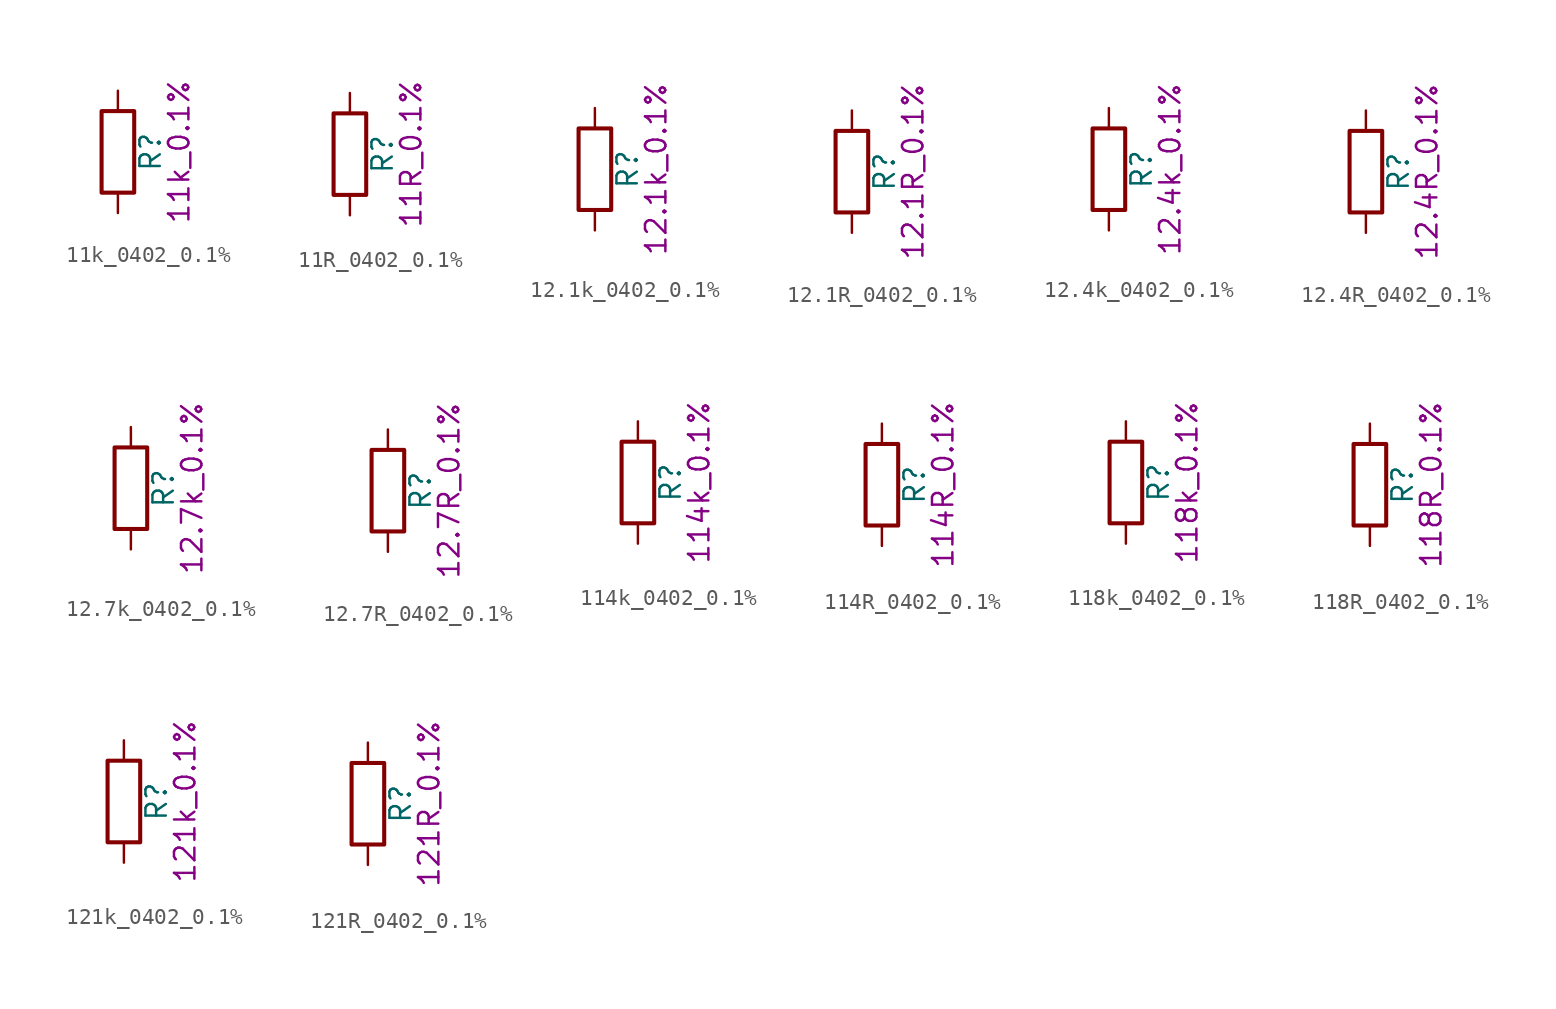
<source format=kicad_sym>
(kicad_symbol_lib
  (version 20211014)
  (generator kicad_symbol_editor)
  (symbol "11k_0402_0.1%"
    (pin_numbers hide)
    (pin_names
      (offset 0))
    (property "Reference" "R"
      (at 2.032 0 90)
      (effects (font (size 1.27 1.27))))
    (property "Display" "11k_0.1%"
      (at 3.81 0 90)
      (effects (font (size 1.27 1.27))))
    (symbol "11k_0402_0.1%_0_1"
      (rectangle (start -1.016 -2.54) (end 1.016 2.54) (stroke (width 0.254) (type default) (color 0 0 0 0)) (fill (type none))))
    (symbol "11k_0402_0.1%_1_1"
      (pin passive line (at 0 3.81 270) (length 1.27) (name "~" (effects (font (size 1.27 1.27)))) (number "1" (effects (font (size 1.27 1.27)))))
      (pin passive line (at 0 -3.81 90) (length 1.27) (name "~" (effects (font (size 1.27 1.27)))) (number "2" (effects (font (size 1.27 1.27)))))))
  (symbol "11R_0402_0.1%"
    (pin_numbers hide)
    (pin_names
      (offset 0))
    (property "Reference" "R"
      (at 2.032 0 90)
      (effects (font (size 1.27 1.27))))
    (property "Display" "11R_0.1%"
      (at 3.81 0 90)
      (effects (font (size 1.27 1.27))))
    (symbol "11R_0402_0.1%_0_1"
      (rectangle (start -1.016 -2.54) (end 1.016 2.54) (stroke (width 0.254) (type default) (color 0 0 0 0)) (fill (type none))))
    (symbol "11R_0402_0.1%_1_1"
      (pin passive line (at 0 3.81 270) (length 1.27) (name "~" (effects (font (size 1.27 1.27)))) (number "1" (effects (font (size 1.27 1.27)))))
      (pin passive line (at 0 -3.81 90) (length 1.27) (name "~" (effects (font (size 1.27 1.27)))) (number "2" (effects (font (size 1.27 1.27)))))))
  (symbol "12.1k_0402_0.1%"
    (pin_numbers hide)
    (pin_names
      (offset 0))
    (property "Reference" "R"
      (at 2.032 0 90)
      (effects (font (size 1.27 1.27))))
    (property "Display" "12.1k_0.1%"
      (at 3.81 0 90)
      (effects (font (size 1.27 1.27))))
    (symbol "12.1k_0402_0.1%_0_1"
      (rectangle (start -1.016 -2.54) (end 1.016 2.54) (stroke (width 0.254) (type default) (color 0 0 0 0)) (fill (type none))))
    (symbol "12.1k_0402_0.1%_1_1"
      (pin passive line (at 0 3.81 270) (length 1.27) (name "~" (effects (font (size 1.27 1.27)))) (number "1" (effects (font (size 1.27 1.27)))))
      (pin passive line (at 0 -3.81 90) (length 1.27) (name "~" (effects (font (size 1.27 1.27)))) (number "2" (effects (font (size 1.27 1.27)))))))
  (symbol "12.1R_0402_0.1%"
    (pin_numbers hide)
    (pin_names
      (offset 0))
    (property "Reference" "R"
      (at 2.032 0 90)
      (effects (font (size 1.27 1.27))))
    (property "Display" "12.1R_0.1%"
      (at 3.81 0 90)
      (effects (font (size 1.27 1.27))))
    (symbol "12.1R_0402_0.1%_0_1"
      (rectangle (start -1.016 -2.54) (end 1.016 2.54) (stroke (width 0.254) (type default) (color 0 0 0 0)) (fill (type none))))
    (symbol "12.1R_0402_0.1%_1_1"
      (pin passive line (at 0 3.81 270) (length 1.27) (name "~" (effects (font (size 1.27 1.27)))) (number "1" (effects (font (size 1.27 1.27)))))
      (pin passive line (at 0 -3.81 90) (length 1.27) (name "~" (effects (font (size 1.27 1.27)))) (number "2" (effects (font (size 1.27 1.27)))))))
  (symbol "12.4k_0402_0.1%"
    (pin_numbers hide)
    (pin_names
      (offset 0))
    (property "Reference" "R"
      (at 2.032 0 90)
      (effects (font (size 1.27 1.27))))
    (property "Display" "12.4k_0.1%"
      (at 3.81 0 90)
      (effects (font (size 1.27 1.27))))
    (symbol "12.4k_0402_0.1%_0_1"
      (rectangle (start -1.016 -2.54) (end 1.016 2.54) (stroke (width 0.254) (type default) (color 0 0 0 0)) (fill (type none))))
    (symbol "12.4k_0402_0.1%_1_1"
      (pin passive line (at 0 3.81 270) (length 1.27) (name "~" (effects (font (size 1.27 1.27)))) (number "1" (effects (font (size 1.27 1.27)))))
      (pin passive line (at 0 -3.81 90) (length 1.27) (name "~" (effects (font (size 1.27 1.27)))) (number "2" (effects (font (size 1.27 1.27)))))))
  (symbol "12.4R_0402_0.1%"
    (pin_numbers hide)
    (pin_names
      (offset 0))
    (property "Reference" "R"
      (at 2.032 0 90)
      (effects (font (size 1.27 1.27))))
    (property "Display" "12.4R_0.1%"
      (at 3.81 0 90)
      (effects (font (size 1.27 1.27))))
    (symbol "12.4R_0402_0.1%_0_1"
      (rectangle (start -1.016 -2.54) (end 1.016 2.54) (stroke (width 0.254) (type default) (color 0 0 0 0)) (fill (type none))))
    (symbol "12.4R_0402_0.1%_1_1"
      (pin passive line (at 0 3.81 270) (length 1.27) (name "~" (effects (font (size 1.27 1.27)))) (number "1" (effects (font (size 1.27 1.27)))))
      (pin passive line (at 0 -3.81 90) (length 1.27) (name "~" (effects (font (size 1.27 1.27)))) (number "2" (effects (font (size 1.27 1.27)))))))
  (symbol "12.7k_0402_0.1%"
    (pin_numbers hide)
    (pin_names
      (offset 0))
    (property "Reference" "R"
      (at 2.032 0 90)
      (effects (font (size 1.27 1.27))))
    (property "Display" "12.7k_0.1%"
      (at 3.81 0 90)
      (effects (font (size 1.27 1.27))))
    (symbol "12.7k_0402_0.1%_0_1"
      (rectangle (start -1.016 -2.54) (end 1.016 2.54) (stroke (width 0.254) (type default) (color 0 0 0 0)) (fill (type none))))
    (symbol "12.7k_0402_0.1%_1_1"
      (pin passive line (at 0 3.81 270) (length 1.27) (name "~" (effects (font (size 1.27 1.27)))) (number "1" (effects (font (size 1.27 1.27)))))
      (pin passive line (at 0 -3.81 90) (length 1.27) (name "~" (effects (font (size 1.27 1.27)))) (number "2" (effects (font (size 1.27 1.27)))))))
  (symbol "12.7R_0402_0.1%"
    (pin_numbers hide)
    (pin_names
      (offset 0))
    (property "Reference" "R"
      (at 2.032 0 90)
      (effects (font (size 1.27 1.27))))
    (property "Display" "12.7R_0.1%"
      (at 3.81 0 90)
      (effects (font (size 1.27 1.27))))
    (symbol "12.7R_0402_0.1%_0_1"
      (rectangle (start -1.016 -2.54) (end 1.016 2.54) (stroke (width 0.254) (type default) (color 0 0 0 0)) (fill (type none))))
    (symbol "12.7R_0402_0.1%_1_1"
      (pin passive line (at 0 3.81 270) (length 1.27) (name "~" (effects (font (size 1.27 1.27)))) (number "1" (effects (font (size 1.27 1.27)))))
      (pin passive line (at 0 -3.81 90) (length 1.27) (name "~" (effects (font (size 1.27 1.27)))) (number "2" (effects (font (size 1.27 1.27)))))))
  (symbol "114k_0402_0.1%"
    (pin_numbers hide)
    (pin_names
      (offset 0))
    (property "Reference" "R"
      (at 2.032 0 90)
      (effects (font (size 1.27 1.27))))
    (property "Display" "114k_0.1%"
      (at 3.81 0 90)
      (effects (font (size 1.27 1.27))))
    (symbol "114k_0402_0.1%_0_1"
      (rectangle (start -1.016 -2.54) (end 1.016 2.54) (stroke (width 0.254) (type default) (color 0 0 0 0)) (fill (type none))))
    (symbol "114k_0402_0.1%_1_1"
      (pin passive line (at 0 3.81 270) (length 1.27) (name "~" (effects (font (size 1.27 1.27)))) (number "1" (effects (font (size 1.27 1.27)))))
      (pin passive line (at 0 -3.81 90) (length 1.27) (name "~" (effects (font (size 1.27 1.27)))) (number "2" (effects (font (size 1.27 1.27)))))))
  (symbol "114R_0402_0.1%"
    (pin_numbers hide)
    (pin_names
      (offset 0))
    (property "Reference" "R"
      (at 2.032 0 90)
      (effects (font (size 1.27 1.27))))
    (property "Display" "114R_0.1%"
      (at 3.81 0 90)
      (effects (font (size 1.27 1.27))))
    (symbol "114R_0402_0.1%_0_1"
      (rectangle (start -1.016 -2.54) (end 1.016 2.54) (stroke (width 0.254) (type default) (color 0 0 0 0)) (fill (type none))))
    (symbol "114R_0402_0.1%_1_1"
      (pin passive line (at 0 3.81 270) (length 1.27) (name "~" (effects (font (size 1.27 1.27)))) (number "1" (effects (font (size 1.27 1.27)))))
      (pin passive line (at 0 -3.81 90) (length 1.27) (name "~" (effects (font (size 1.27 1.27)))) (number "2" (effects (font (size 1.27 1.27)))))))
  (symbol "118k_0402_0.1%"
    (pin_numbers hide)
    (pin_names
      (offset 0))
    (property "Reference" "R"
      (at 2.032 0 90)
      (effects (font (size 1.27 1.27))))
    (property "Display" "118k_0.1%"
      (at 3.81 0 90)
      (effects (font (size 1.27 1.27))))
    (symbol "118k_0402_0.1%_0_1"
      (rectangle (start -1.016 -2.54) (end 1.016 2.54) (stroke (width 0.254) (type default) (color 0 0 0 0)) (fill (type none))))
    (symbol "118k_0402_0.1%_1_1"
      (pin passive line (at 0 3.81 270) (length 1.27) (name "~" (effects (font (size 1.27 1.27)))) (number "1" (effects (font (size 1.27 1.27)))))
      (pin passive line (at 0 -3.81 90) (length 1.27) (name "~" (effects (font (size 1.27 1.27)))) (number "2" (effects (font (size 1.27 1.27)))))))
  (symbol "118R_0402_0.1%"
    (pin_numbers hide)
    (pin_names
      (offset 0))
    (property "Reference" "R"
      (at 2.032 0 90)
      (effects (font (size 1.27 1.27))))
    (property "Display" "118R_0.1%"
      (at 3.81 0 90)
      (effects (font (size 1.27 1.27))))
    (symbol "118R_0402_0.1%_0_1"
      (rectangle (start -1.016 -2.54) (end 1.016 2.54) (stroke (width 0.254) (type default) (color 0 0 0 0)) (fill (type none))))
    (symbol "118R_0402_0.1%_1_1"
      (pin passive line (at 0 3.81 270) (length 1.27) (name "~" (effects (font (size 1.27 1.27)))) (number "1" (effects (font (size 1.27 1.27)))))
      (pin passive line (at 0 -3.81 90) (length 1.27) (name "~" (effects (font (size 1.27 1.27)))) (number "2" (effects (font (size 1.27 1.27)))))))
  (symbol "121k_0402_0.1%"
    (pin_numbers hide)
    (pin_names
      (offset 0))
    (property "Reference" "R"
      (at 2.032 0 90)
      (effects (font (size 1.27 1.27))))
    (property "Display" "121k_0.1%"
      (at 3.81 0 90)
      (effects (font (size 1.27 1.27))))
    (symbol "121k_0402_0.1%_0_1"
      (rectangle (start -1.016 -2.54) (end 1.016 2.54) (stroke (width 0.254) (type default) (color 0 0 0 0)) (fill (type none))))
    (symbol "121k_0402_0.1%_1_1"
      (pin passive line (at 0 3.81 270) (length 1.27) (name "~" (effects (font (size 1.27 1.27)))) (number "1" (effects (font (size 1.27 1.27)))))
      (pin passive line (at 0 -3.81 90) (length 1.27) (name "~" (effects (font (size 1.27 1.27)))) (number "2" (effects (font (size 1.27 1.27)))))))
  (symbol "121R_0402_0.1%"
    (pin_numbers hide)
    (pin_names
      (offset 0))
    (property "Reference" "R"
      (at 2.032 0 90)
      (effects (font (size 1.27 1.27))))
    (property "Display" "121R_0.1%"
      (at 3.81 0 90)
      (effects (font (size 1.27 1.27))))
    (symbol "121R_0402_0.1%_0_1"
      (rectangle (start -1.016 -2.54) (end 1.016 2.54) (stroke (width 0.254) (type default) (color 0 0 0 0)) (fill (type none))))
    (symbol "121R_0402_0.1%_1_1"
      (pin passive line (at 0 3.81 270) (length 1.27) (name "~" (effects (font (size 1.27 1.27)))) (number "1" (effects (font (size 1.27 1.27)))))
      (pin passive line (at 0 -3.81 90) (length 1.27) (name "~" (effects (font (size 1.27 1.27)))) (number "2" (effects (font (size 1.27 1.27))))))))
</source>
